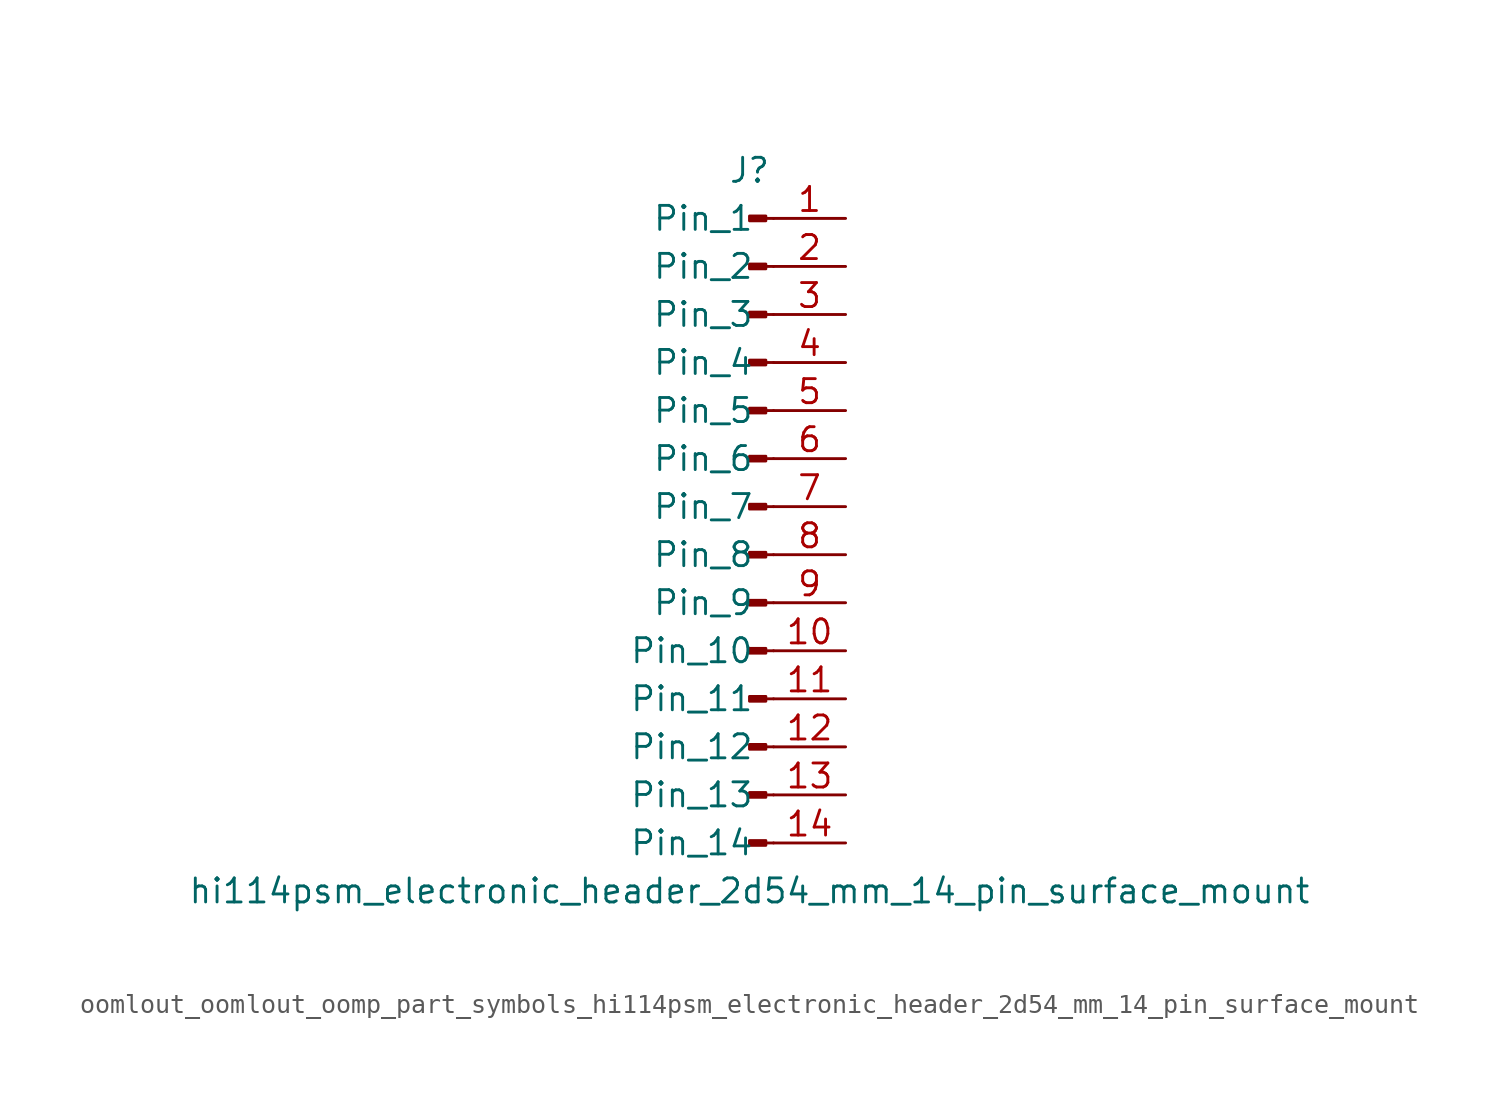
<source format=kicad_sym>
(kicad_symbol_lib
  (version 20220914)
  (generator kicad_symbol_editor)
  (symbol "oomlout_oomlout_oomp_part_symbols_hi114psm_electronic_header_2d54_mm_14_pin_surface_mount"
    (pin_names
      (offset 1.016))
    (property "Reference" "J"
      (at 0 17.78 0)
      (effects (font (size 1.27 1.27))))
    (property "Value" "hi114psm_electronic_header_2d54_mm_14_pin_surface_mount"
      (at 0 -20.32 0)
      (effects (font (size 1.27 1.27))))
    (property "ki_locked" ""
      (at 0 0 0)
      (effects (font (size 1.27 1.27))))
    (symbol "oomlout_oomlout_oomp_part_symbols_hi114psm_electronic_header_2d54_mm_14_pin_surface_mount_1_1"
      (polyline (pts (xy 1.27 -17.78) (xy 0.864 -17.78)) (stroke (width 0.152) (type default)) (fill (type none)))
      (polyline (pts (xy 1.27 -15.24) (xy 0.864 -15.24)) (stroke (width 0.152) (type default)) (fill (type none)))
      (polyline (pts (xy 1.27 -12.7) (xy 0.864 -12.7)) (stroke (width 0.152) (type default)) (fill (type none)))
      (polyline (pts (xy 1.27 -10.16) (xy 0.864 -10.16)) (stroke (width 0.152) (type default)) (fill (type none)))
      (polyline (pts (xy 1.27 -7.62) (xy 0.864 -7.62)) (stroke (width 0.152) (type default)) (fill (type none)))
      (polyline (pts (xy 1.27 -5.08) (xy 0.864 -5.08)) (stroke (width 0.152) (type default)) (fill (type none)))
      (polyline (pts (xy 1.27 -2.54) (xy 0.864 -2.54)) (stroke (width 0.152) (type default)) (fill (type none)))
      (polyline (pts (xy 1.27 0) (xy 0.864 0)) (stroke (width 0.152) (type default)) (fill (type none)))
      (polyline (pts (xy 1.27 2.54) (xy 0.864 2.54)) (stroke (width 0.152) (type default)) (fill (type none)))
      (polyline (pts (xy 1.27 5.08) (xy 0.864 5.08)) (stroke (width 0.152) (type default)) (fill (type none)))
      (polyline (pts (xy 1.27 7.62) (xy 0.864 7.62)) (stroke (width 0.152) (type default)) (fill (type none)))
      (polyline (pts (xy 1.27 10.16) (xy 0.864 10.16)) (stroke (width 0.152) (type default)) (fill (type none)))
      (polyline (pts (xy 1.27 12.7) (xy 0.864 12.7)) (stroke (width 0.152) (type default)) (fill (type none)))
      (polyline (pts (xy 1.27 15.24) (xy 0.864 15.24)) (stroke (width 0.152) (type default)) (fill (type none)))
      (rectangle (start 0.864 -17.653) (end 0 -17.907) (stroke (width 0.152) (type default)) (fill (type outline)))
      (rectangle (start 0.864 -15.113) (end 0 -15.367) (stroke (width 0.152) (type default)) (fill (type outline)))
      (rectangle (start 0.864 -12.573) (end 0 -12.827) (stroke (width 0.152) (type default)) (fill (type outline)))
      (rectangle (start 0.864 -10.033) (end 0 -10.287) (stroke (width 0.152) (type default)) (fill (type outline)))
      (rectangle (start 0.864 -7.493) (end 0 -7.747) (stroke (width 0.152) (type default)) (fill (type outline)))
      (rectangle (start 0.864 -4.953) (end 0 -5.207) (stroke (width 0.152) (type default)) (fill (type outline)))
      (rectangle (start 0.864 -2.413) (end 0 -2.667) (stroke (width 0.152) (type default)) (fill (type outline)))
      (rectangle (start 0.864 0.127) (end 0 -0.127) (stroke (width 0.152) (type default)) (fill (type outline)))
      (rectangle (start 0.864 2.667) (end 0 2.413) (stroke (width 0.152) (type default)) (fill (type outline)))
      (rectangle (start 0.864 5.207) (end 0 4.953) (stroke (width 0.152) (type default)) (fill (type outline)))
      (rectangle (start 0.864 7.747) (end 0 7.493) (stroke (width 0.152) (type default)) (fill (type outline)))
      (rectangle (start 0.864 10.287) (end 0 10.033) (stroke (width 0.152) (type default)) (fill (type outline)))
      (rectangle (start 0.864 12.827) (end 0 12.573) (stroke (width 0.152) (type default)) (fill (type outline)))
      (rectangle (start 0.864 15.367) (end 0 15.113) (stroke (width 0.152) (type default)) (fill (type outline)))
      (pin passive line (at 5.08 15.24 180) (length 3.81) (name "Pin_1" (effects (font (size 1.27 1.27)))) (number "1" (effects (font (size 1.27 1.27)))))
      (pin passive line (at 5.08 -7.62 180) (length 3.81) (name "Pin_10" (effects (font (size 1.27 1.27)))) (number "10" (effects (font (size 1.27 1.27)))))
      (pin passive line (at 5.08 -10.16 180) (length 3.81) (name "Pin_11" (effects (font (size 1.27 1.27)))) (number "11" (effects (font (size 1.27 1.27)))))
      (pin passive line (at 5.08 -12.7 180) (length 3.81) (name "Pin_12" (effects (font (size 1.27 1.27)))) (number "12" (effects (font (size 1.27 1.27)))))
      (pin passive line (at 5.08 -15.24 180) (length 3.81) (name "Pin_13" (effects (font (size 1.27 1.27)))) (number "13" (effects (font (size 1.27 1.27)))))
      (pin passive line (at 5.08 -17.78 180) (length 3.81) (name "Pin_14" (effects (font (size 1.27 1.27)))) (number "14" (effects (font (size 1.27 1.27)))))
      (pin passive line (at 5.08 12.7 180) (length 3.81) (name "Pin_2" (effects (font (size 1.27 1.27)))) (number "2" (effects (font (size 1.27 1.27)))))
      (pin passive line (at 5.08 10.16 180) (length 3.81) (name "Pin_3" (effects (font (size 1.27 1.27)))) (number "3" (effects (font (size 1.27 1.27)))))
      (pin passive line (at 5.08 7.62 180) (length 3.81) (name "Pin_4" (effects (font (size 1.27 1.27)))) (number "4" (effects (font (size 1.27 1.27)))))
      (pin passive line (at 5.08 5.08 180) (length 3.81) (name "Pin_5" (effects (font (size 1.27 1.27)))) (number "5" (effects (font (size 1.27 1.27)))))
      (pin passive line (at 5.08 2.54 180) (length 3.81) (name "Pin_6" (effects (font (size 1.27 1.27)))) (number "6" (effects (font (size 1.27 1.27)))))
      (pin passive line (at 5.08 0 180) (length 3.81) (name "Pin_7" (effects (font (size 1.27 1.27)))) (number "7" (effects (font (size 1.27 1.27)))))
      (pin passive line (at 5.08 -2.54 180) (length 3.81) (name "Pin_8" (effects (font (size 1.27 1.27)))) (number "8" (effects (font (size 1.27 1.27)))))
      (pin passive line (at 5.08 -5.08 180) (length 3.81) (name "Pin_9" (effects (font (size 1.27 1.27)))) (number "9" (effects (font (size 1.27 1.27))))))))
</source>
